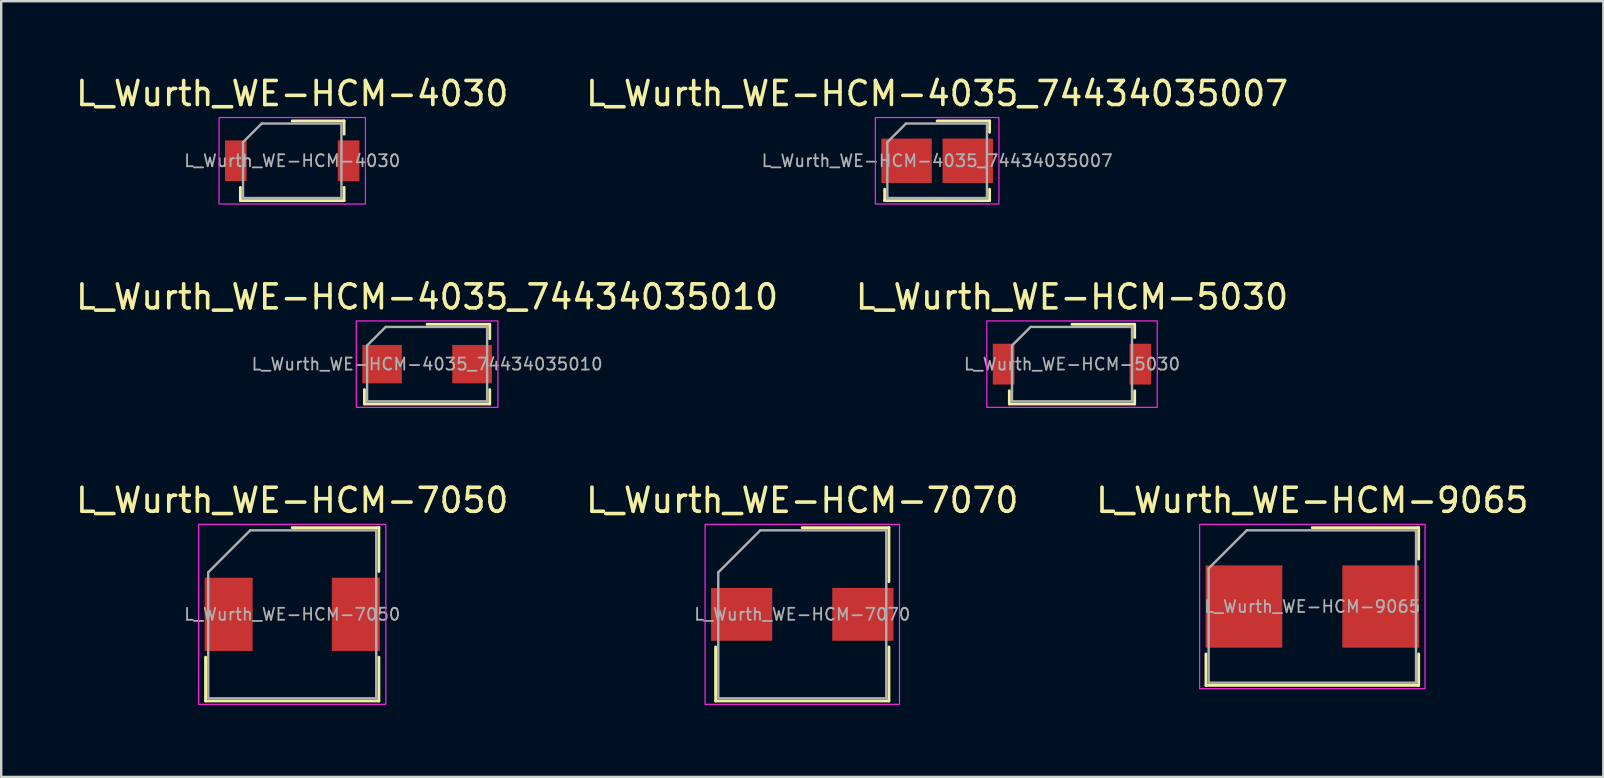
<source format=kicad_pcb>
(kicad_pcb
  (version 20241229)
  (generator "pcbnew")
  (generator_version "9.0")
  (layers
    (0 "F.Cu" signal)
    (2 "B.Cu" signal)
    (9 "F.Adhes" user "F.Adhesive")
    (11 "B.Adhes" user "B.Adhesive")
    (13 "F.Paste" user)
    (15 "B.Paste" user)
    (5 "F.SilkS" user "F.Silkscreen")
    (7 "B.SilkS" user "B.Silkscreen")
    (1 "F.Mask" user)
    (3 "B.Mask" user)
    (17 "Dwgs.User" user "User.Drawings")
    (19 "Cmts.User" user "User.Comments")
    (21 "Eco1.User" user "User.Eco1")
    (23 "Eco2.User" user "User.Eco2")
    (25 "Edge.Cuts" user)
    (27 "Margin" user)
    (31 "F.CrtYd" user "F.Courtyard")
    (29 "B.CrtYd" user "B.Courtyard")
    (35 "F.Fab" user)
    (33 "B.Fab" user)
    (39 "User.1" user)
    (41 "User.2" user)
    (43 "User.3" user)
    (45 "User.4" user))
  (footprint "L_Wurth_WE-HCM-4035_74434035007"
    (layer "F.Cu")
    (at 35.994 3.648)
    (property "Reference" "L_Wurth_WE-HCM-4035_74434035007" (at 0 -2.8 0) (unlocked yes) (layer "F.SilkS") (effects (font (size 1 1) (thickness 0.15))))
    (attr smd)
    (fp_line (start -2.185 1.66) (end -2.185 1.185) (stroke (width 0.12) (type solid)) (layer "F.SilkS"))
    (fp_line (start -2.185 1.66) (end 2.185 1.66) (stroke (width 0.12) (type solid)) (layer "F.SilkS"))
    (fp_line (start 0 -1.66) (end 2.185 -1.66) (stroke (width 0.12) (type solid)) (layer "F.SilkS"))
    (fp_line (start 2.185 -1.66) (end 2.185 -1.185) (stroke (width 0.12) (type solid)) (layer "F.SilkS"))
    (fp_line (start 2.185 1.66) (end 2.185 1.185) (stroke (width 0.12) (type solid)) (layer "F.SilkS"))
    (fp_rect (start -2.575 -1.8) (end 2.575 1.8) (stroke (width 0.05) (type solid)) (fill no) (layer "F.CrtYd"))
    (fp_line (start -2.075 -0.775) (end -2.075 1.55) (stroke (width 0.1) (type solid)) (layer "F.Fab"))
    (fp_line (start -2.075 1.55) (end 2.075 1.55) (stroke (width 0.1) (type solid)) (layer "F.Fab"))
    (fp_line (start -1.3 -1.55) (end -2.075 -0.775) (stroke (width 0.1) (type solid)) (layer "F.Fab"))
    (fp_line (start 2.075 -1.55) (end -1.3 -1.55) (stroke (width 0.1) (type solid)) (layer "F.Fab"))
    (fp_line (start 2.075 1.55) (end 2.075 -1.55) (stroke (width 0.1) (type solid)) (layer "F.Fab"))
    (fp_text user "${REFERENCE}" (at 0 0 0) (unlocked yes) (layer "F.Fab") (effects (font (size 0.5 0.5) (thickness 0.075))))
    (pad "1" smd rect (at -1.275 0) (size 2.1 1.85) (layers "F.Cu" "F.Mask" "F.Paste"))
    (pad "2" smd rect (at 1.275 0) (size 2.1 1.85) (layers "F.Cu" "F.Mask" "F.Paste")))
  (footprint "L_Wurth_WE-HCM-4030"
    (layer "F.Cu")
    (at 9.125 3.648)
    (property "Reference" "L_Wurth_WE-HCM-4030" (at 0 -2.8 0) (unlocked yes) (layer "F.SilkS") (effects (font (size 1 1) (thickness 0.15))))
    (attr smd)
    (fp_line (start -2.16 1.66) (end -2.16 1.11) (stroke (width 0.12) (type solid)) (layer "F.SilkS"))
    (fp_line (start -2.16 1.66) (end 2.16 1.66) (stroke (width 0.12) (type solid)) (layer "F.SilkS"))
    (fp_line (start 0 -1.66) (end 2.16 -1.66) (stroke (width 0.12) (type solid)) (layer "F.SilkS"))
    (fp_line (start 2.16 -1.66) (end 2.16 -1.11) (stroke (width 0.12) (type solid)) (layer "F.SilkS"))
    (fp_line (start 2.16 1.66) (end 2.16 1.11) (stroke (width 0.12) (type solid)) (layer "F.SilkS"))
    (fp_rect (start -3.05 -1.8) (end 3.05 1.8) (stroke (width 0.05) (type solid)) (fill no) (layer "F.CrtYd"))
    (fp_line (start -2.05 -0.775) (end -2.05 1.55) (stroke (width 0.1) (type solid)) (layer "F.Fab"))
    (fp_line (start -2.05 1.55) (end 2.05 1.55) (stroke (width 0.1) (type solid)) (layer "F.Fab"))
    (fp_line (start -1.275 -1.55) (end -2.05 -0.775) (stroke (width 0.1) (type solid)) (layer "F.Fab"))
    (fp_line (start 2.05 -1.55) (end -1.275 -1.55) (stroke (width 0.1) (type solid)) (layer "F.Fab"))
    (fp_line (start 2.05 1.55) (end 2.05 -1.55) (stroke (width 0.1) (type solid)) (layer "F.Fab"))
    (fp_text user "${REFERENCE}" (at 0 0 0) (unlocked yes) (layer "F.Fab") (effects (font (size 0.5 0.5) (thickness 0.075))))
    (pad "1" smd rect (at -2.35 0) (size 0.9 1.7) (layers "F.Cu" "F.Mask" "F.Paste"))
    (pad "2" smd rect (at 2.35 0) (size 0.9 1.7) (layers "F.Cu" "F.Mask" "F.Paste")))
  (footprint "L_Wurth_WE-HCM-5030"
    (layer "F.Cu")
    (at 41.613 12.121)
    (property "Reference" "L_Wurth_WE-HCM-5030" (at 0 -2.8 0) (unlocked yes) (layer "F.SilkS") (effects (font (size 1 1) (thickness 0.15))))
    (attr smd)
    (fp_line (start -2.61 1.66) (end -2.61 1.11) (stroke (width 0.12) (type solid)) (layer "F.SilkS"))
    (fp_line (start -2.61 1.66) (end 2.61 1.66) (stroke (width 0.12) (type solid)) (layer "F.SilkS"))
    (fp_line (start 0 -1.66) (end 2.61 -1.66) (stroke (width 0.12) (type solid)) (layer "F.SilkS"))
    (fp_line (start 2.61 -1.66) (end 2.61 -1.11) (stroke (width 0.12) (type solid)) (layer "F.SilkS"))
    (fp_line (start 2.61 1.66) (end 2.61 1.11) (stroke (width 0.12) (type solid)) (layer "F.SilkS"))
    (fp_rect (start -3.55 -1.8) (end 3.55 1.8) (stroke (width 0.05) (type solid)) (fill no) (layer "F.CrtYd"))
    (fp_line (start -2.5 -0.775) (end -2.5 1.55) (stroke (width 0.1) (type solid)) (layer "F.Fab"))
    (fp_line (start -2.5 1.55) (end 2.5 1.55) (stroke (width 0.1) (type solid)) (layer "F.Fab"))
    (fp_line (start -1.725 -1.55) (end -2.5 -0.775) (stroke (width 0.1) (type solid)) (layer "F.Fab"))
    (fp_line (start 2.5 -1.55) (end -1.725 -1.55) (stroke (width 0.1) (type solid)) (layer "F.Fab"))
    (fp_line (start 2.5 1.55) (end 2.5 -1.55) (stroke (width 0.1) (type solid)) (layer "F.Fab"))
    (fp_text user "${REFERENCE}" (at 0 0 0) (unlocked yes) (layer "F.Fab") (effects (font (size 0.5 0.5) (thickness 0.075))))
    (pad "1" smd rect (at -2.85 0) (size 0.9 1.7) (layers "F.Cu" "F.Mask" "F.Paste"))
    (pad "2" smd rect (at 2.85 0) (size 0.9 1.7) (layers "F.Cu" "F.Mask" "F.Paste")))
  (footprint "L_Wurth_WE-HCM-7070"
    (layer "F.Cu")
    (at 30.375 22.545)
    (property "Reference" "L_Wurth_WE-HCM-7070" (at 0 -4.75 0) (unlocked yes) (layer "F.SilkS") (effects (font (size 1 1) (thickness 0.15))))
    (attr smd)
    (fp_line (start -3.61 3.61) (end -3.61 1.36) (stroke (width 0.12) (type solid)) (layer "F.SilkS"))
    (fp_line (start -3.61 3.61) (end 3.61 3.61) (stroke (width 0.12) (type solid)) (layer "F.SilkS"))
    (fp_line (start 0 -3.61) (end 3.61 -3.61) (stroke (width 0.12) (type solid)) (layer "F.SilkS"))
    (fp_line (start 3.61 -3.61) (end 3.61 -1.36) (stroke (width 0.12) (type solid)) (layer "F.SilkS"))
    (fp_line (start 3.61 3.61) (end 3.61 1.36) (stroke (width 0.12) (type solid)) (layer "F.SilkS"))
    (fp_rect (start -4.05 -3.75) (end 4.05 3.75) (stroke (width 0.05) (type solid)) (fill no) (layer "F.CrtYd"))
    (fp_line (start -3.5 -1.75) (end -3.5 3.5) (stroke (width 0.1) (type solid)) (layer "F.Fab"))
    (fp_line (start -3.5 3.5) (end 3.5 3.5) (stroke (width 0.1) (type solid)) (layer "F.Fab"))
    (fp_line (start -1.75 -3.5) (end -3.5 -1.75) (stroke (width 0.1) (type solid)) (layer "F.Fab"))
    (fp_line (start 3.5 -3.5) (end -1.75 -3.5) (stroke (width 0.1) (type solid)) (layer "F.Fab"))
    (fp_line (start 3.5 3.5) (end 3.5 -3.5) (stroke (width 0.1) (type solid)) (layer "F.Fab"))
    (fp_text user "${REFERENCE}" (at 0 0 0) (unlocked yes) (layer "F.Fab") (effects (font (size 0.5 0.5) (thickness 0.075))))
    (pad "1" smd rect (at -2.525 0) (size 2.55 2.2) (layers "F.Cu" "F.Mask" "F.Paste"))
    (pad "2" smd rect (at 2.525 0) (size 2.55 2.2) (layers "F.Cu" "F.Mask" "F.Paste")))
  (footprint "L_Wurth_WE-HCM-9065"
    (layer "F.Cu")
    (at 51.625 22.22)
    (property "Reference" "L_Wurth_WE-HCM-9065" (at 0 -4.425 0) (unlocked yes) (layer "F.SilkS") (effects (font (size 1 1) (thickness 0.15))))
    (attr smd)
    (fp_line (start -4.43 3.285) (end -4.43 1.975) (stroke (width 0.12) (type solid)) (layer "F.SilkS"))
    (fp_line (start -4.43 3.285) (end 4.43 3.285) (stroke (width 0.12) (type solid)) (layer "F.SilkS"))
    (fp_line (start 0 -3.285) (end 4.43 -3.285) (stroke (width 0.12) (type solid)) (layer "F.SilkS"))
    (fp_line (start 4.43 -3.285) (end 4.43 -1.975) (stroke (width 0.12) (type solid)) (layer "F.SilkS"))
    (fp_line (start 4.43 3.285) (end 4.43 1.975) (stroke (width 0.12) (type solid)) (layer "F.SilkS"))
    (fp_rect (start -4.695 -3.425) (end 4.695 3.425) (stroke (width 0.05) (type solid)) (fill no) (layer "F.CrtYd"))
    (fp_line (start -4.32 -1.587) (end -4.32 3.175) (stroke (width 0.1) (type solid)) (layer "F.Fab"))
    (fp_line (start -4.32 3.175) (end 4.32 3.175) (stroke (width 0.1) (type solid)) (layer "F.Fab"))
    (fp_line (start -2.732 -3.175) (end -4.32 -1.587) (stroke (width 0.1) (type solid)) (layer "F.Fab"))
    (fp_line (start 4.32 -3.175) (end -2.732 -3.175) (stroke (width 0.1) (type solid)) (layer "F.Fab"))
    (fp_line (start 4.32 3.175) (end 4.32 -3.175) (stroke (width 0.1) (type solid)) (layer "F.Fab"))
    (fp_text user "${REFERENCE}" (at 0 0 0) (unlocked yes) (layer "F.Fab") (effects (font (size 0.5 0.5) (thickness 0.075))))
    (pad "1" smd rect (at -2.848 0) (size 3.195 3.43) (layers "F.Cu" "F.Mask" "F.Paste"))
    (pad "2" smd rect (at 2.848 0) (size 3.195 3.43) (layers "F.Cu" "F.Mask" "F.Paste")))
  (footprint "L_Wurth_WE-HCM-4035_74434035010"
    (layer "F.Cu")
    (at 14.744 12.121)
    (property "Reference" "L_Wurth_WE-HCM-4035_74434035010" (at 0 -2.8 0) (unlocked yes) (layer "F.SilkS") (effects (font (size 1 1) (thickness 0.15))))
    (attr smd)
    (fp_line (start -2.61 1.66) (end -2.61 1.06) (stroke (width 0.12) (type solid)) (layer "F.SilkS"))
    (fp_line (start -2.61 1.66) (end 2.61 1.66) (stroke (width 0.12) (type solid)) (layer "F.SilkS"))
    (fp_line (start 0 -1.66) (end 2.61 -1.66) (stroke (width 0.12) (type solid)) (layer "F.SilkS"))
    (fp_line (start 2.61 -1.66) (end 2.61 -1.06) (stroke (width 0.12) (type solid)) (layer "F.SilkS"))
    (fp_line (start 2.61 1.66) (end 2.61 1.06) (stroke (width 0.12) (type solid)) (layer "F.SilkS"))
    (fp_rect (start -2.95 -1.8) (end 2.95 1.8) (stroke (width 0.05) (type solid)) (fill no) (layer "F.CrtYd"))
    (fp_line (start -2.5 -0.775) (end -2.5 1.55) (stroke (width 0.1) (type solid)) (layer "F.Fab"))
    (fp_line (start -2.5 1.55) (end 2.5 1.55) (stroke (width 0.1) (type solid)) (layer "F.Fab"))
    (fp_line (start -1.725 -1.55) (end -2.5 -0.775) (stroke (width 0.1) (type solid)) (layer "F.Fab"))
    (fp_line (start 2.5 -1.55) (end -1.725 -1.55) (stroke (width 0.1) (type solid)) (layer "F.Fab"))
    (fp_line (start 2.5 1.55) (end 2.5 -1.55) (stroke (width 0.1) (type solid)) (layer "F.Fab"))
    (fp_text user "${REFERENCE}" (at 0 0 0) (unlocked yes) (layer "F.Fab") (effects (font (size 0.5 0.5) (thickness 0.075))))
    (pad "1" smd rect (at -1.875 0) (size 1.65 1.6) (layers "F.Cu" "F.Mask" "F.Paste"))
    (pad "2" smd rect (at 1.875 0) (size 1.65 1.6) (layers "F.Cu" "F.Mask" "F.Paste")))
  (footprint "L_Wurth_WE-HCM-7050"
    (layer "F.Cu")
    (at 9.125 22.545)
    (property "Reference" "L_Wurth_WE-HCM-7050" (at 0 -4.75 0) (unlocked yes) (layer "F.SilkS") (effects (font (size 1 1) (thickness 0.15))))
    (attr smd)
    (fp_line (start -3.61 3.61) (end -3.61 1.785) (stroke (width 0.12) (type solid)) (layer "F.SilkS"))
    (fp_line (start -3.61 3.61) (end 3.61 3.61) (stroke (width 0.12) (type solid)) (layer "F.SilkS"))
    (fp_line (start 0 -3.61) (end 3.61 -3.61) (stroke (width 0.12) (type solid)) (layer "F.SilkS"))
    (fp_line (start 3.61 -3.61) (end 3.61 -1.785) (stroke (width 0.12) (type solid)) (layer "F.SilkS"))
    (fp_line (start 3.61 3.61) (end 3.61 1.785) (stroke (width 0.12) (type solid)) (layer "F.SilkS"))
    (fp_rect (start -3.9 -3.75) (end 3.9 3.75) (stroke (width 0.05) (type solid)) (fill no) (layer "F.CrtYd"))
    (fp_line (start -3.5 -1.75) (end -3.5 3.5) (stroke (width 0.1) (type solid)) (layer "F.Fab"))
    (fp_line (start -3.5 3.5) (end 3.5 3.5) (stroke (width 0.1) (type solid)) (layer "F.Fab"))
    (fp_line (start -1.75 -3.5) (end -3.5 -1.75) (stroke (width 0.1) (type solid)) (layer "F.Fab"))
    (fp_line (start 3.5 -3.5) (end -1.75 -3.5) (stroke (width 0.1) (type solid)) (layer "F.Fab"))
    (fp_line (start 3.5 3.5) (end 3.5 -3.5) (stroke (width 0.1) (type solid)) (layer "F.Fab"))
    (fp_text user "${REFERENCE}" (at 0 0 0) (unlocked yes) (layer "F.Fab") (effects (font (size 0.5 0.5) (thickness 0.075))))
    (pad "1" smd rect (at -2.65 0) (size 2 3.05) (layers "F.Cu" "F.Mask" "F.Paste"))
    (pad "2" smd rect (at 2.65 0) (size 2 3.05) (layers "F.Cu" "F.Mask" "F.Paste")))
  (gr_rect
    (start -3 -3)
    (end 63.75 29.32)
    (stroke (width 0.1) (type default))
    (fill no)
    (layer "Edge.Cuts")))
</source>
